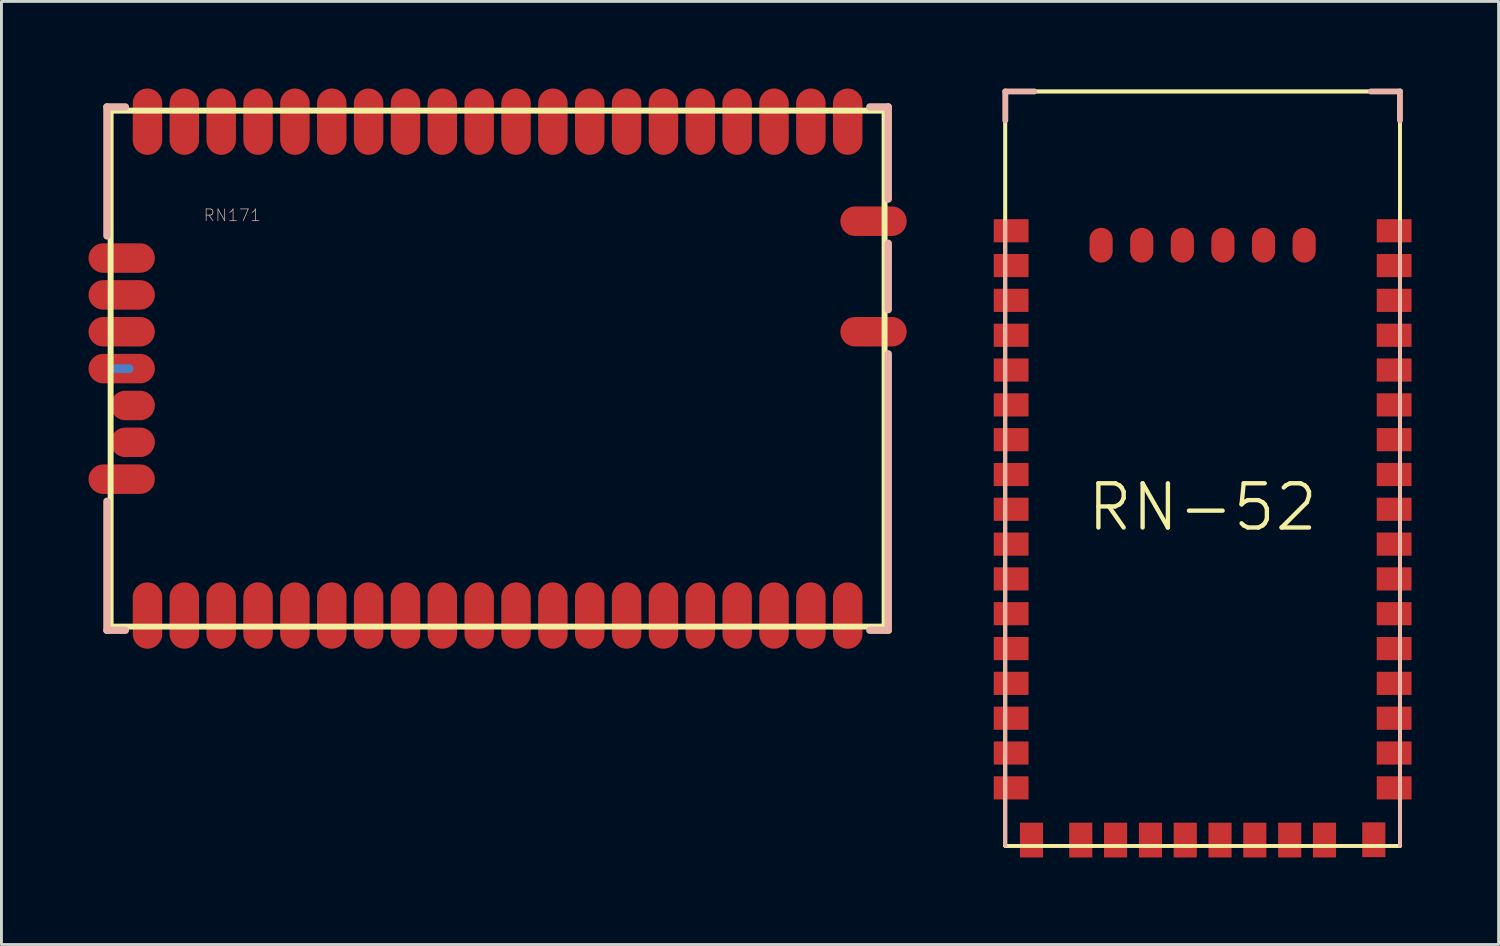
<source format=kicad_pcb>
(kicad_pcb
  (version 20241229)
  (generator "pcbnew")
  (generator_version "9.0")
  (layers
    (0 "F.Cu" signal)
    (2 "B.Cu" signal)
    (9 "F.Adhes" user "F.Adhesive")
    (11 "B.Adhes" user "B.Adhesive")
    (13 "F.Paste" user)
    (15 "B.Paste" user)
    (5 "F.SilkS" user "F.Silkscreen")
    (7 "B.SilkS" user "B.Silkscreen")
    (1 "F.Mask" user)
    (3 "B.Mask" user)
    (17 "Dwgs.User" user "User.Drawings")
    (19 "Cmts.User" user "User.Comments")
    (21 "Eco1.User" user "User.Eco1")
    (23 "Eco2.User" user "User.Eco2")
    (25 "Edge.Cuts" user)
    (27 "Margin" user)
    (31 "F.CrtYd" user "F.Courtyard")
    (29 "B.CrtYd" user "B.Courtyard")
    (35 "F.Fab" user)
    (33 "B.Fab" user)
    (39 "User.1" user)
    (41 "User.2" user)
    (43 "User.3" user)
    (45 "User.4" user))
  (footprint "RN-52"
    (layer "F.Cu")
    (at 38.392 14.43)
    (property "Reference" "RN-52" (at 0 0 0) (layer "F.SilkS") (effects (font (size 1.524 1.524) (thickness 0.15))))
    (attr smd)
    (fp_line (start -6.802 -14.328) (end -6.802 11.671) (stroke (width 0.127) (type solid)) (layer "F.SilkS"))
    (fp_line (start -6.802 11.671) (end 6.797 11.671) (stroke (width 0.127) (type solid)) (layer "F.SilkS"))
    (fp_line (start -6.8 -14.328) (end -6.8 11.669) (stroke (width 0.127) (type solid)) (layer "F.SilkS"))
    (fp_line (start -6.8 11.669) (end 6.8 11.669) (stroke (width 0.127) (type solid)) (layer "F.SilkS"))
    (fp_line (start 6.797 -14.328) (end -6.802 -14.328) (stroke (width 0.127) (type solid)) (layer "F.SilkS"))
    (fp_line (start 6.797 11.671) (end 6.797 -14.328) (stroke (width 0.127) (type solid)) (layer "F.SilkS"))
    (fp_line (start 6.8 -14.328) (end -6.8 -14.328) (stroke (width 0.127) (type solid)) (layer "F.SilkS"))
    (fp_line (start 6.8 11.669) (end 6.8 -14.328) (stroke (width 0.127) (type solid)) (layer "F.SilkS"))
    (fp_line (start -6.8 -14.328) (end -6.8 -13.33) (stroke (width 0.203) (type solid)) (layer "B.SilkS"))
    (fp_line (start -6.8 -14.328) (end -5.799 -14.328) (stroke (width 0.203) (type solid)) (layer "B.SilkS"))
    (fp_line (start -6.8 11.669) (end -6.8 -9.83) (stroke (width 0.127) (type solid)) (layer "B.SilkS"))
    (fp_line (start 6.8 -14.328) (end 5.799 -14.328) (stroke (width 0.203) (type solid)) (layer "B.SilkS"))
    (fp_line (start 6.8 -14.328) (end 6.8 -13.33) (stroke (width 0.203) (type solid)) (layer "B.SilkS"))
    (fp_line (start 6.8 11.669) (end 6.8 -9.83) (stroke (width 0.127) (type solid)) (layer "B.SilkS"))
    (pad "1" smd rect (at -6.599 -8.329) (size 1.199 0.798) (layers "F.Cu" "F.Mask" "F.Paste"))
    (pad "2" smd rect (at -6.599 -7.13) (size 1.199 0.798) (layers "F.Cu" "F.Mask" "F.Paste"))
    (pad "3" smd rect (at -6.599 -5.928) (size 1.199 0.798) (layers "F.Cu" "F.Mask" "F.Paste"))
    (pad "4" smd rect (at -6.599 -4.729) (size 1.199 0.798) (layers "F.Cu" "F.Mask" "F.Paste"))
    (pad "5" smd rect (at -6.599 -3.528) (size 1.199 0.798) (layers "F.Cu" "F.Mask" "F.Paste"))
    (pad "6" smd rect (at -6.599 -2.329) (size 1.199 0.798) (layers "F.Cu" "F.Mask" "F.Paste"))
    (pad "7" smd rect (at -6.599 -1.128) (size 1.199 0.798) (layers "F.Cu" "F.Mask" "F.Paste"))
    (pad "8" smd rect (at -6.599 0.069) (size 1.199 0.798) (layers "F.Cu" "F.Mask" "F.Paste"))
    (pad "9" smd rect (at -6.599 1.27) (size 1.199 0.798) (layers "F.Cu" "F.Mask" "F.Paste"))
    (pad "10" smd rect (at -6.599 2.469) (size 1.199 0.798) (layers "F.Cu" "F.Mask" "F.Paste"))
    (pad "11" smd rect (at -6.599 3.668) (size 1.199 0.798) (layers "F.Cu" "F.Mask" "F.Paste"))
    (pad "12" smd rect (at -6.599 4.869) (size 1.199 0.798) (layers "F.Cu" "F.Mask" "F.Paste"))
    (pad "13" smd rect (at -6.599 6.068) (size 1.199 0.798) (layers "F.Cu" "F.Mask" "F.Paste"))
    (pad "14" smd rect (at -6.599 7.269) (size 1.199 0.798) (layers "F.Cu" "F.Mask" "F.Paste"))
    (pad "15" smd rect (at -6.599 8.468) (size 1.199 0.798) (layers "F.Cu" "F.Mask" "F.Paste"))
    (pad "16" smd rect (at -6.599 9.67) (size 1.199 0.798) (layers "F.Cu" "F.Mask" "F.Paste"))
    (pad "17" smd rect (at -4.199 11.468 90) (size 1.199 0.798) (layers "F.Cu" "F.Mask" "F.Paste"))
    (pad "18" smd rect (at -3 11.468 90) (size 1.199 0.798) (layers "F.Cu" "F.Mask" "F.Paste"))
    (pad "19" smd rect (at -1.798 11.468 90) (size 1.199 0.798) (layers "F.Cu" "F.Mask" "F.Paste"))
    (pad "20" smd rect (at -0.599 11.468 90) (size 1.199 0.798) (layers "F.Cu" "F.Mask" "F.Paste"))
    (pad "21" smd rect (at 0.599 11.468 90) (size 1.199 0.798) (layers "F.Cu" "F.Mask" "F.Paste"))
    (pad "22" smd rect (at 1.798 11.468 90) (size 1.199 0.798) (layers "F.Cu" "F.Mask" "F.Paste"))
    (pad "23" smd rect (at 3 11.468 90) (size 1.199 0.798) (layers "F.Cu" "F.Mask" "F.Paste"))
    (pad "24" smd rect (at 4.199 11.468 90) (size 1.199 0.798) (layers "F.Cu" "F.Mask" "F.Paste"))
    (pad "25" smd rect (at 6.599 9.67 180) (size 1.199 0.798) (layers "F.Cu" "F.Mask" "F.Paste"))
    (pad "26" smd rect (at 6.599 8.468 180) (size 1.199 0.798) (layers "F.Cu" "F.Mask" "F.Paste"))
    (pad "27" smd rect (at 6.599 7.269 180) (size 1.199 0.798) (layers "F.Cu" "F.Mask" "F.Paste"))
    (pad "28" smd rect (at 6.599 6.068 180) (size 1.199 0.798) (layers "F.Cu" "F.Mask" "F.Paste"))
    (pad "29" smd rect (at 6.599 4.869 180) (size 1.199 0.798) (layers "F.Cu" "F.Mask" "F.Paste"))
    (pad "30" smd rect (at 6.599 3.668 180) (size 1.199 0.798) (layers "F.Cu" "F.Mask" "F.Paste"))
    (pad "31" smd rect (at 6.599 2.469 180) (size 1.199 0.798) (layers "F.Cu" "F.Mask" "F.Paste"))
    (pad "32" smd rect (at 6.599 1.27 180) (size 1.199 0.798) (layers "F.Cu" "F.Mask" "F.Paste"))
    (pad "33" smd rect (at 6.599 0.069 180) (size 1.199 0.798) (layers "F.Cu" "F.Mask" "F.Paste"))
    (pad "34" smd rect (at 6.599 -1.128 180) (size 1.199 0.798) (layers "F.Cu" "F.Mask" "F.Paste"))
    (pad "35" smd rect (at 6.599 -2.329 180) (size 1.199 0.798) (layers "F.Cu" "F.Mask" "F.Paste"))
    (pad "36" smd rect (at 6.599 -3.528 180) (size 1.199 0.798) (layers "F.Cu" "F.Mask" "F.Paste"))
    (pad "37" smd rect (at 6.599 -4.729 180) (size 1.199 0.798) (layers "F.Cu" "F.Mask" "F.Paste"))
    (pad "38" smd rect (at 6.599 -5.928 180) (size 1.199 0.798) (layers "F.Cu" "F.Mask" "F.Paste"))
    (pad "39" smd rect (at 6.599 -7.13 180) (size 1.199 0.798) (layers "F.Cu" "F.Mask" "F.Paste"))
    (pad "40" smd rect (at 6.599 -8.329 180) (size 1.199 0.798) (layers "F.Cu" "F.Mask" "F.Paste"))
    (pad "G1" smd rect (at -6.599 -9.528) (size 1.199 0.798) (layers "F.Cu" "F.Mask" "F.Paste"))
    (pad "G2" smd rect (at -5.898 11.468 90) (size 1.199 0.798) (layers "F.Cu" "F.Mask" "F.Paste"))
    (pad "G3" smd rect (at 5.898 11.458 180) (size 0.798 1.199) (layers "F.Cu" "F.Mask" "F.Paste"))
    (pad "G4" smd rect (at 6.599 -9.528 180) (size 1.199 0.798) (layers "F.Cu" "F.Mask" "F.Paste"))
    (pad "RFG1" smd oval (at -3.498 -9.03 90) (size 1.199 0.798) (layers "F.Cu" "F.Mask" "F.Paste"))
    (pad "RFG2" smd oval (at -2.098 -9.03 90) (size 1.199 0.798) (layers "F.Cu" "F.Mask" "F.Paste"))
    (pad "RFG3" smd oval (at -0.699 -9.03 90) (size 1.199 0.798) (layers "F.Cu" "F.Mask" "F.Paste"))
    (pad "RFG4" smd oval (at 0.699 -9.03 90) (size 1.199 0.798) (layers "F.Cu" "F.Mask" "F.Paste"))
    (pad "RFG5" smd oval (at 2.098 -9.03 90) (size 1.199 0.798) (layers "F.Cu" "F.Mask" "F.Paste"))
    (pad "RFG6" smd oval (at 3.498 -9.03 90) (size 1.199 0.798) (layers "F.Cu" "F.Mask" "F.Paste")))
  (footprint "RN171"
    (layer "F.Cu")
    (at 14.097 9.652)
    (property "Reference" "RN171" (at -9.144 -5.283 0) (layer "B.SilkS") (effects (font (size 0.406 0.406) (thickness 0.025))))
    (attr smd)
    (fp_line (start -12.7 0) (end -13.157 0) (stroke (width 0.305) (type solid)) (layer "B.Cu"))
    (fp_line (start -13.335 -8.89) (end 13.335 -8.89) (stroke (width 0.203) (type solid)) (layer "F.SilkS"))
    (fp_line (start -13.335 8.89) (end -13.335 -8.89) (stroke (width 0.203) (type solid)) (layer "F.SilkS"))
    (fp_line (start 13.335 -8.89) (end 13.335 8.89) (stroke (width 0.203) (type solid)) (layer "F.SilkS"))
    (fp_line (start 13.335 8.89) (end -13.335 8.89) (stroke (width 0.203) (type solid)) (layer "F.SilkS"))
    (fp_line (start -13.462 -9.017) (end -12.827 -9.017) (stroke (width 0.254) (type solid)) (layer "B.SilkS"))
    (fp_line (start -13.462 -4.572) (end -13.462 -9.017) (stroke (width 0.254) (type solid)) (layer "B.SilkS"))
    (fp_line (start -13.462 9.017) (end -13.462 4.572) (stroke (width 0.254) (type solid)) (layer "B.SilkS"))
    (fp_line (start -13.462 9.017) (end -12.827 9.017) (stroke (width 0.254) (type solid)) (layer "B.SilkS"))
    (fp_line (start 12.827 -9.017) (end 13.462 -9.017) (stroke (width 0.254) (type solid)) (layer "B.SilkS"))
    (fp_line (start 13.462 -9.017) (end 13.462 -5.842) (stroke (width 0.254) (type solid)) (layer "B.SilkS"))
    (fp_line (start 13.462 -4.318) (end 13.462 -2.032) (stroke (width 0.254) (type solid)) (layer "B.SilkS"))
    (fp_line (start 13.462 -0.508) (end 13.462 9.017) (stroke (width 0.254) (type solid)) (layer "B.SilkS"))
    (fp_line (start 13.462 9.017) (end 12.827 9.017) (stroke (width 0.254) (type solid)) (layer "B.SilkS"))
    (pad "1" smd oval (at 12.065 -8.509 180) (size 1.016 2.286) (layers "F.Cu" "F.Mask" "F.Paste"))
    (pad "2" smd oval (at 10.795 -8.509 180) (size 1.016 2.286) (layers "F.Cu" "F.Mask" "F.Paste"))
    (pad "3" smd oval (at 9.525 -8.509 180) (size 1.016 2.286) (layers "F.Cu" "F.Mask" "F.Paste"))
    (pad "4" smd oval (at 8.255 -8.509 180) (size 1.016 2.286) (layers "F.Cu" "F.Mask" "F.Paste"))
    (pad "5" smd oval (at 6.985 -8.509 180) (size 1.016 2.286) (layers "F.Cu" "F.Mask" "F.Paste"))
    (pad "6" smd oval (at 5.715 -8.509 180) (size 1.016 2.286) (layers "F.Cu" "F.Mask" "F.Paste"))
    (pad "7" smd oval (at 4.445 -8.509 180) (size 1.016 2.286) (layers "F.Cu" "F.Mask" "F.Paste"))
    (pad "8" smd oval (at 3.175 -8.509 180) (size 1.016 2.286) (layers "F.Cu" "F.Mask" "F.Paste"))
    (pad "9" smd oval (at 1.905 -8.509 180) (size 1.016 2.286) (layers "F.Cu" "F.Mask" "F.Paste"))
    (pad "10" smd oval (at 0.635 -8.509 180) (size 1.016 2.286) (layers "F.Cu" "F.Mask" "F.Paste"))
    (pad "11" smd oval (at -0.635 -8.509 180) (size 1.016 2.286) (layers "F.Cu" "F.Mask" "F.Paste"))
    (pad "12" smd oval (at -1.905 -8.509 180) (size 1.016 2.286) (layers "F.Cu" "F.Mask" "F.Paste"))
    (pad "13" smd oval (at -3.175 -8.509 180) (size 1.016 2.286) (layers "F.Cu" "F.Mask" "F.Paste"))
    (pad "14" smd oval (at -4.445 -8.509 180) (size 1.016 2.286) (layers "F.Cu" "F.Mask" "F.Paste"))
    (pad "15" smd oval (at -5.715 -8.509 180) (size 1.016 2.286) (layers "F.Cu" "F.Mask" "F.Paste"))
    (pad "16" smd oval (at -6.985 -8.509 180) (size 1.016 2.286) (layers "F.Cu" "F.Mask" "F.Paste"))
    (pad "17" smd oval (at -8.255 -8.509 180) (size 1.016 2.286) (layers "F.Cu" "F.Mask" "F.Paste"))
    (pad "18" smd oval (at -9.525 -8.509 180) (size 1.016 2.286) (layers "F.Cu" "F.Mask" "F.Paste"))
    (pad "19" smd oval (at -10.795 -8.509 180) (size 1.016 2.286) (layers "F.Cu" "F.Mask" "F.Paste"))
    (pad "20" smd oval (at -12.065 -8.509 180) (size 1.016 2.286) (layers "F.Cu" "F.Mask" "F.Paste"))
    (pad "21" smd oval (at -12.954 -3.81 90) (size 1.016 2.286) (layers "F.Cu" "F.Mask" "F.Paste"))
    (pad "22" smd oval (at -12.954 -2.54 90) (size 1.016 2.286) (layers "F.Cu" "F.Mask" "F.Paste"))
    (pad "23" smd oval (at -12.954 -1.27 90) (size 1.016 2.286) (layers "F.Cu" "F.Mask" "F.Paste"))
    (pad "24" smd oval (at -12.954 0 90) (size 1.016 2.286) (layers "F.Cu" "F.Mask" "F.Paste"))
    (pad "25" smd oval (at -12.573 1.27 90) (size 1.016 1.524) (layers "F.Cu" "F.Mask" "F.Paste"))
    (pad "26" smd oval (at -12.573 2.54 90) (size 1.016 1.524) (layers "F.Cu" "F.Mask" "F.Paste"))
    (pad "27" smd oval (at -12.954 3.81 90) (size 1.016 2.286) (layers "F.Cu" "F.Mask" "F.Paste"))
    (pad "28" smd oval (at -12.065 8.509 180) (size 1.016 2.286) (layers "F.Cu" "F.Mask" "F.Paste"))
    (pad "29" smd oval (at -10.795 8.509 180) (size 1.016 2.286) (layers "F.Cu" "F.Mask" "F.Paste"))
    (pad "30" smd oval (at -9.525 8.509 180) (size 1.016 2.286) (layers "F.Cu" "F.Mask" "F.Paste"))
    (pad "31" smd oval (at -8.255 8.509 180) (size 1.016 2.286) (layers "F.Cu" "F.Mask" "F.Paste"))
    (pad "32" smd oval (at -6.985 8.509 180) (size 1.016 2.286) (layers "F.Cu" "F.Mask" "F.Paste"))
    (pad "33" smd oval (at -5.715 8.509 180) (size 1.016 2.286) (layers "F.Cu" "F.Mask" "F.Paste"))
    (pad "34" smd oval (at -4.445 8.509 180) (size 1.016 2.286) (layers "F.Cu" "F.Mask" "F.Paste"))
    (pad "35" smd oval (at -3.175 8.509 180) (size 1.016 2.286) (layers "F.Cu" "F.Mask" "F.Paste"))
    (pad "36" smd oval (at -1.905 8.509 180) (size 1.016 2.286) (layers "F.Cu" "F.Mask" "F.Paste"))
    (pad "37" smd oval (at -0.635 8.509 180) (size 1.016 2.286) (layers "F.Cu" "F.Mask" "F.Paste"))
    (pad "38" smd oval (at 0.635 8.509 180) (size 1.016 2.286) (layers "F.Cu" "F.Mask" "F.Paste"))
    (pad "39" smd oval (at 1.905 8.509 180) (size 1.016 2.286) (layers "F.Cu" "F.Mask" "F.Paste"))
    (pad "40" smd oval (at 3.175 8.509 180) (size 1.016 2.286) (layers "F.Cu" "F.Mask" "F.Paste"))
    (pad "41" smd oval (at 4.445 8.509 180) (size 1.016 2.286) (layers "F.Cu" "F.Mask" "F.Paste"))
    (pad "42" smd oval (at 5.715 8.509 180) (size 1.016 2.286) (layers "F.Cu" "F.Mask" "F.Paste"))
    (pad "43" smd oval (at 6.985 8.509 180) (size 1.016 2.286) (layers "F.Cu" "F.Mask" "F.Paste"))
    (pad "44" smd oval (at 8.255 8.509 180) (size 1.016 2.286) (layers "F.Cu" "F.Mask" "F.Paste"))
    (pad "45" smd oval (at 9.525 8.509 180) (size 1.016 2.286) (layers "F.Cu" "F.Mask" "F.Paste"))
    (pad "46" smd oval (at 10.795 8.509 180) (size 1.016 2.286) (layers "F.Cu" "F.Mask" "F.Paste"))
    (pad "47" smd oval (at 12.065 8.509 180) (size 1.016 2.286) (layers "F.Cu" "F.Mask" "F.Paste"))
    (pad "48" smd oval (at 12.954 -5.08 270) (size 1.016 2.286) (layers "F.Cu" "F.Mask" "F.Paste"))
    (pad "49" smd oval (at 12.954 -1.27 270) (size 1.016 2.286) (layers "F.Cu" "F.Mask" "F.Paste")))
  (gr_rect
    (start -3 -3)
    (end 48.591 29.497)
    (stroke (width 0.1) (type default))
    (fill no)
    (layer "Edge.Cuts")))
</source>
